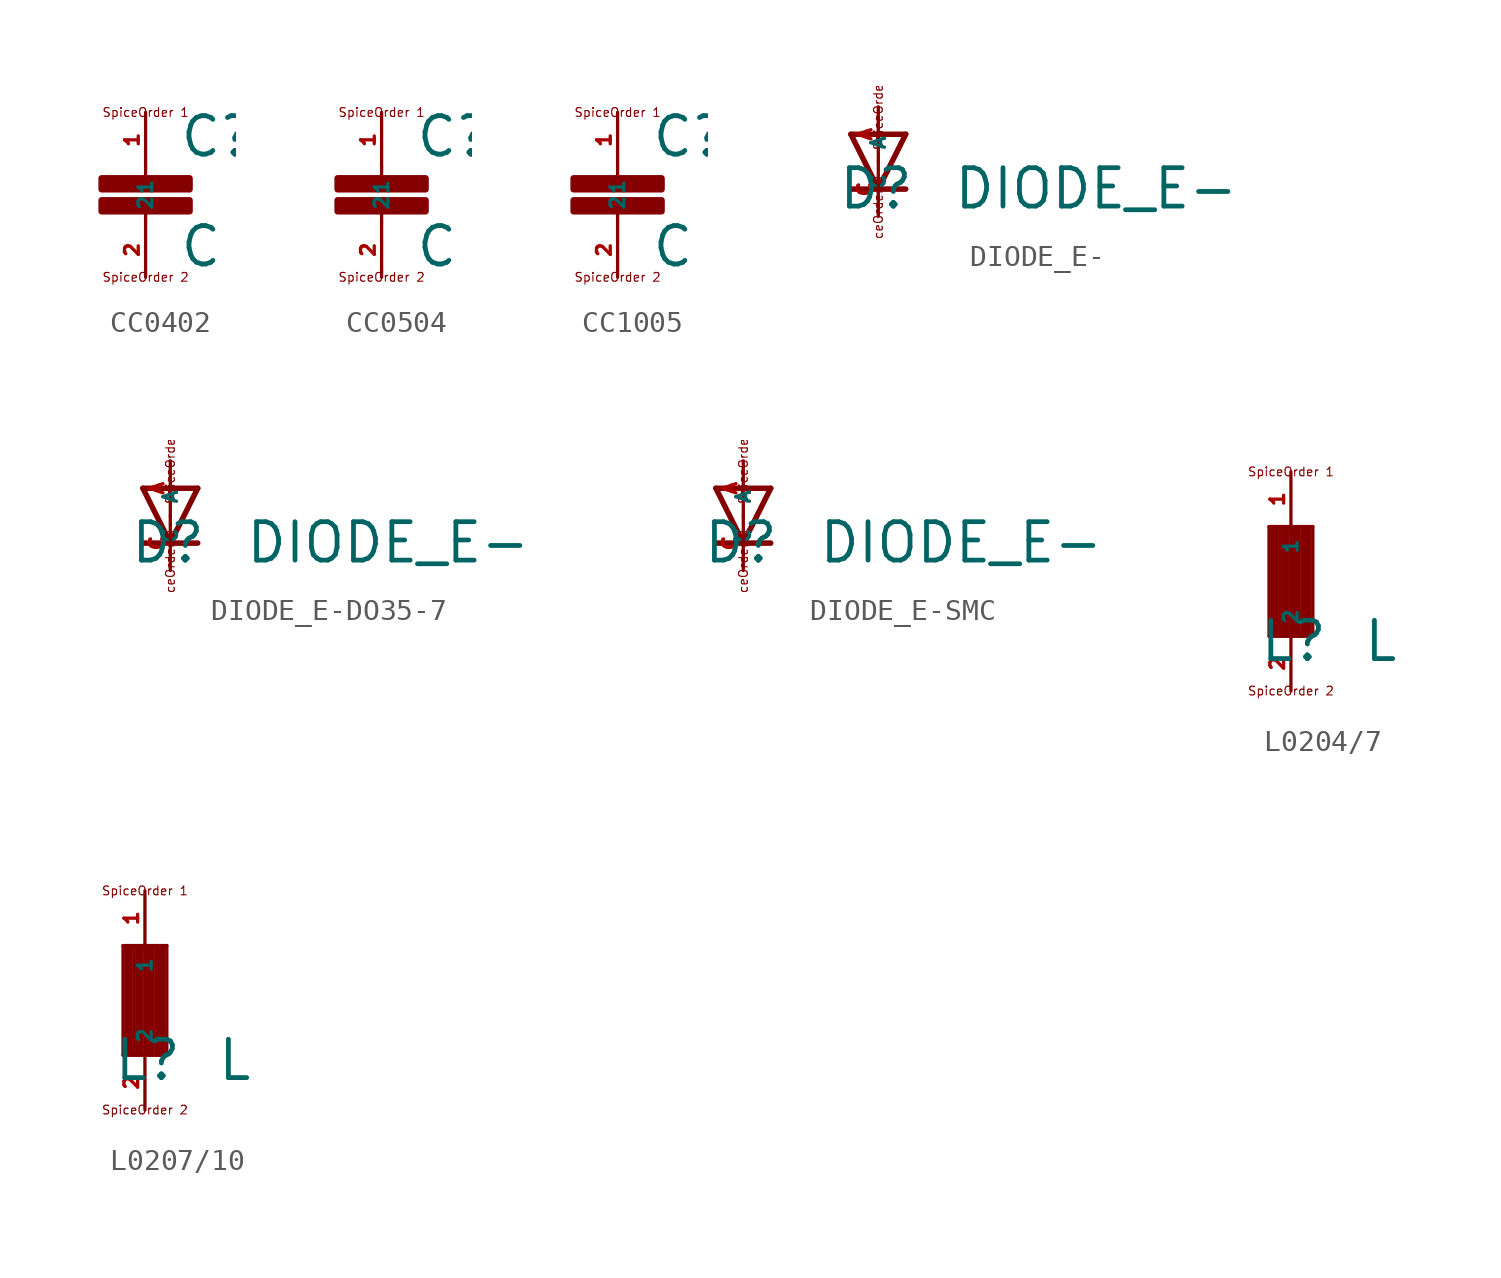
<source format=kicad_sym>
(kicad_symbol_lib
  (version 20220914)
  (generator Eagle2Kicad)
  (symbol "CC0402"
    (property "Reference" "C"
      (at 1.524 0.381 0)
      (effects (font (size 1.778 1.778) (thickness 0.22)) (justify left bottom)))
    (property "Value" "C"
      (at 1.524 -4.699 0)
      (effects (font (size 1.778 1.778) (thickness 0.22)) (justify left bottom)))
    (polyline
      (pts (xy 0 0) (xy 0 -0.508))
      (stroke (width 0.152) (type default))
      (fill (type none)))
    (polyline
      (pts (xy 0 -2.54) (xy 0 -2.032))
      (stroke (width 0.152) (type default))
      (fill (type none)))
    (text "SpiceOrder 1"
      (at 0 2.54 0)
      (effects (font (size 0.406 0.406) (thickness 0.05))))
    (text "SpiceOrder 2"
      (at 0 -5.08 0)
      (effects (font (size 0.406 0.406) (thickness 0.05))))
    (rectangle
      (start -2.032 -2.032)
      (end 2.032 -1.524)
      (stroke (width 0.3) (type default))
      (fill (type outline)))
    (rectangle
      (start -2.032 -1.016)
      (end 2.032 -0.508)
      (stroke (width 0.3) (type default))
      (fill (type outline)))
    (pin passive line
      (at 0 2.54 270)
      (length 2.54)
      (name "1" (effects (font (size 0.635 0.635) (thickness 0.08)) (justify left bottom)))
      (number "1" (effects (font (size 0.635 0.635) (thickness 0.08)) (justify left bottom))))
    (pin passive line
      (at 0 -5.08 90)
      (length 2.54)
      (name "2" (effects (font (size 0.635 0.635) (thickness 0.08)) (justify left bottom)))
      (number "2" (effects (font (size 0.635 0.635) (thickness 0.08)) (justify left bottom)))))
  (symbol "CC0504"
    (property "Reference" "C"
      (at 1.524 0.381 0)
      (effects (font (size 1.778 1.778) (thickness 0.22)) (justify left bottom)))
    (property "Value" "C"
      (at 1.524 -4.699 0)
      (effects (font (size 1.778 1.778) (thickness 0.22)) (justify left bottom)))
    (polyline
      (pts (xy 0 0) (xy 0 -0.508))
      (stroke (width 0.152) (type default))
      (fill (type none)))
    (polyline
      (pts (xy 0 -2.54) (xy 0 -2.032))
      (stroke (width 0.152) (type default))
      (fill (type none)))
    (text "SpiceOrder 1"
      (at 0 2.54 0)
      (effects (font (size 0.406 0.406) (thickness 0.05))))
    (text "SpiceOrder 2"
      (at 0 -5.08 0)
      (effects (font (size 0.406 0.406) (thickness 0.05))))
    (rectangle
      (start -2.032 -2.032)
      (end 2.032 -1.524)
      (stroke (width 0.3) (type default))
      (fill (type outline)))
    (rectangle
      (start -2.032 -1.016)
      (end 2.032 -0.508)
      (stroke (width 0.3) (type default))
      (fill (type outline)))
    (pin passive line
      (at 0 2.54 270)
      (length 2.54)
      (name "1" (effects (font (size 0.635 0.635) (thickness 0.08)) (justify left bottom)))
      (number "1" (effects (font (size 0.635 0.635) (thickness 0.08)) (justify left bottom))))
    (pin passive line
      (at 0 -5.08 90)
      (length 2.54)
      (name "2" (effects (font (size 0.635 0.635) (thickness 0.08)) (justify left bottom)))
      (number "2" (effects (font (size 0.635 0.635) (thickness 0.08)) (justify left bottom)))))
  (symbol "CC1005"
    (property "Reference" "C"
      (at 1.524 0.381 0)
      (effects (font (size 1.778 1.778) (thickness 0.22)) (justify left bottom)))
    (property "Value" "C"
      (at 1.524 -4.699 0)
      (effects (font (size 1.778 1.778) (thickness 0.22)) (justify left bottom)))
    (polyline
      (pts (xy 0 0) (xy 0 -0.508))
      (stroke (width 0.152) (type default))
      (fill (type none)))
    (polyline
      (pts (xy 0 -2.54) (xy 0 -2.032))
      (stroke (width 0.152) (type default))
      (fill (type none)))
    (text "SpiceOrder 1"
      (at 0 2.54 0)
      (effects (font (size 0.406 0.406) (thickness 0.05))))
    (text "SpiceOrder 2"
      (at 0 -5.08 0)
      (effects (font (size 0.406 0.406) (thickness 0.05))))
    (rectangle
      (start -2.032 -2.032)
      (end 2.032 -1.524)
      (stroke (width 0.3) (type default))
      (fill (type outline)))
    (rectangle
      (start -2.032 -1.016)
      (end 2.032 -0.508)
      (stroke (width 0.3) (type default))
      (fill (type outline)))
    (pin passive line
      (at 0 2.54 270)
      (length 2.54)
      (name "1" (effects (font (size 0.635 0.635) (thickness 0.08)) (justify left bottom)))
      (number "1" (effects (font (size 0.635 0.635) (thickness 0.08)) (justify left bottom))))
    (pin passive line
      (at 0 -5.08 90)
      (length 2.54)
      (name "2" (effects (font (size 0.635 0.635) (thickness 0.08)) (justify left bottom)))
      (number "2" (effects (font (size 0.635 0.635) (thickness 0.08)) (justify left bottom)))))
  (symbol "DIODE_E-"
    (property "Reference" "D"
      (at -1.905 -2.286 0)
      (effects (font (size 1.778 1.778) (thickness 0.22)) (justify left bottom)))
    (property "Value" "DIODE_E-"
      (at 3.429 -2.286 0)
      (effects (font (size 1.778 1.778) (thickness 0.22)) (justify left bottom)))
    (polyline
      (pts (xy -1.27 1.27) (xy 0 -1.27))
      (stroke (width 0.254) (type default))
      (fill (type none)))
    (polyline
      (pts (xy 0 -1.27) (xy 1.27 1.27))
      (stroke (width 0.254) (type default))
      (fill (type none)))
    (polyline
      (pts (xy 1.27 -1.27) (xy 0 -1.27))
      (stroke (width 0.254) (type default))
      (fill (type none)))
    (polyline
      (pts (xy 1.27 1.27) (xy -1.27 1.27))
      (stroke (width 0.254) (type default))
      (fill (type none)))
    (polyline
      (pts (xy 0 -1.27) (xy -1.27 -1.27))
      (stroke (width 0.254) (type default))
      (fill (type none)))
    (text "SpiceOrder 1"
      (at 0 -2.54 1800)
      (effects (font (size 0.406 0.406) (thickness 0.05))))
    (text "SpiceOrder 2"
      (at 0 2.54 1800)
      (effects (font (size 0.406 0.406) (thickness 0.05))))
    (pin passive line
      (at 0 -2.54 90)
      (length 2.54)
      (name "A" (effects (font (size 0.635 0.635) (thickness 0.08)) (justify left bottom)))
      (number "C" (effects (font (size 0.635 0.635) (thickness 0.08)) (justify left bottom))))
    (pin passive line
      (at 0 2.54 270)
      (length 2.54)
      (name "C" (effects (font (size 0.635 0.635) (thickness 0.08)) (justify left bottom)))
      (number "A" (effects (font (size 0.635 0.635) (thickness 0.08)) (justify left bottom)))))
  (symbol "DIODE_E-DO35-7"
    (property "Reference" "D"
      (at -1.905 -2.286 0)
      (effects (font (size 1.778 1.778) (thickness 0.22)) (justify left bottom)))
    (property "Value" "DIODE_E-"
      (at 3.429 -2.286 0)
      (effects (font (size 1.778 1.778) (thickness 0.22)) (justify left bottom)))
    (polyline
      (pts (xy -1.27 1.27) (xy 0 -1.27))
      (stroke (width 0.254) (type default))
      (fill (type none)))
    (polyline
      (pts (xy 0 -1.27) (xy 1.27 1.27))
      (stroke (width 0.254) (type default))
      (fill (type none)))
    (polyline
      (pts (xy 1.27 -1.27) (xy 0 -1.27))
      (stroke (width 0.254) (type default))
      (fill (type none)))
    (polyline
      (pts (xy 1.27 1.27) (xy -1.27 1.27))
      (stroke (width 0.254) (type default))
      (fill (type none)))
    (polyline
      (pts (xy 0 -1.27) (xy -1.27 -1.27))
      (stroke (width 0.254) (type default))
      (fill (type none)))
    (text "SpiceOrder 1"
      (at 0 -2.54 1800)
      (effects (font (size 0.406 0.406) (thickness 0.05))))
    (text "SpiceOrder 2"
      (at 0 2.54 1800)
      (effects (font (size 0.406 0.406) (thickness 0.05))))
    (pin passive line
      (at 0 -2.54 90)
      (length 2.54)
      (name "A" (effects (font (size 0.635 0.635) (thickness 0.08)) (justify left bottom)))
      (number "C" (effects (font (size 0.635 0.635) (thickness 0.08)) (justify left bottom))))
    (pin passive line
      (at 0 2.54 270)
      (length 2.54)
      (name "C" (effects (font (size 0.635 0.635) (thickness 0.08)) (justify left bottom)))
      (number "A" (effects (font (size 0.635 0.635) (thickness 0.08)) (justify left bottom)))))
  (symbol "DIODE_E-SMC"
    (property "Reference" "D"
      (at -1.905 -2.286 0)
      (effects (font (size 1.778 1.778) (thickness 0.22)) (justify left bottom)))
    (property "Value" "DIODE_E-"
      (at 3.429 -2.286 0)
      (effects (font (size 1.778 1.778) (thickness 0.22)) (justify left bottom)))
    (polyline
      (pts (xy -1.27 1.27) (xy 0 -1.27))
      (stroke (width 0.254) (type default))
      (fill (type none)))
    (polyline
      (pts (xy 0 -1.27) (xy 1.27 1.27))
      (stroke (width 0.254) (type default))
      (fill (type none)))
    (polyline
      (pts (xy 1.27 -1.27) (xy 0 -1.27))
      (stroke (width 0.254) (type default))
      (fill (type none)))
    (polyline
      (pts (xy 1.27 1.27) (xy -1.27 1.27))
      (stroke (width 0.254) (type default))
      (fill (type none)))
    (polyline
      (pts (xy 0 -1.27) (xy -1.27 -1.27))
      (stroke (width 0.254) (type default))
      (fill (type none)))
    (text "SpiceOrder 1"
      (at 0 -2.54 1800)
      (effects (font (size 0.406 0.406) (thickness 0.05))))
    (text "SpiceOrder 2"
      (at 0 2.54 1800)
      (effects (font (size 0.406 0.406) (thickness 0.05))))
    (pin passive line
      (at 0 -2.54 90)
      (length 2.54)
      (name "A" (effects (font (size 0.635 0.635) (thickness 0.08)) (justify left bottom)))
      (number "C" (effects (font (size 0.635 0.635) (thickness 0.08)) (justify left bottom))))
    (pin passive line
      (at 0 2.54 270)
      (length 2.54)
      (name "C" (effects (font (size 0.635 0.635) (thickness 0.08)) (justify left bottom)))
      (number "A" (effects (font (size 0.635 0.635) (thickness 0.08)) (justify left bottom)))))
  (symbol "L0204/7"
    (property "Reference" "L"
      (at -1.499 -3.81 0)
      (effects (font (size 1.778 1.778) (thickness 0.22)) (justify left bottom)))
    (property "Value" "L"
      (at 3.302 -3.81 0)
      (effects (font (size 1.778 1.778) (thickness 0.22)) (justify left bottom)))
    (polyline
      (pts (xy -1.016 2.54) (xy -0.889 2.54))
      (stroke (width 0.152) (type default))
      (fill (type none)))
    (polyline
      (pts (xy -0.889 2.54) (xy -0.762 2.54))
      (stroke (width 0.152) (type default))
      (fill (type none)))
    (polyline
      (pts (xy -0.762 2.54) (xy -0.635 2.54))
      (stroke (width 0.152) (type default))
      (fill (type none)))
    (polyline
      (pts (xy -0.635 2.54) (xy -0.508 2.54))
      (stroke (width 0.152) (type default))
      (fill (type none)))
    (polyline
      (pts (xy -0.508 2.54) (xy -0.381 2.54))
      (stroke (width 0.152) (type default))
      (fill (type none)))
    (polyline
      (pts (xy -0.381 2.54) (xy -0.254 2.54))
      (stroke (width 0.152) (type default))
      (fill (type none)))
    (polyline
      (pts (xy -0.254 2.54) (xy -0.127 2.54))
      (stroke (width 0.152) (type default))
      (fill (type none)))
    (polyline
      (pts (xy -0.127 2.54) (xy 0 2.54))
      (stroke (width 0.152) (type default))
      (fill (type none)))
    (polyline
      (pts (xy 0 2.54) (xy 0.127 2.54))
      (stroke (width 0.152) (type default))
      (fill (type none)))
    (polyline
      (pts (xy 0.127 2.54) (xy 0.254 2.54))
      (stroke (width 0.152) (type default))
      (fill (type none)))
    (polyline
      (pts (xy 0.254 2.54) (xy 0.381 2.54))
      (stroke (width 0.152) (type default))
      (fill (type none)))
    (polyline
      (pts (xy 0.381 2.54) (xy 0.508 2.54))
      (stroke (width 0.152) (type default))
      (fill (type none)))
    (polyline
      (pts (xy 0.508 2.54) (xy 0.635 2.54))
      (stroke (width 0.152) (type default))
      (fill (type none)))
    (polyline
      (pts (xy 0.635 2.54) (xy 0.762 2.54))
      (stroke (width 0.152) (type default))
      (fill (type none)))
    (polyline
      (pts (xy 0.762 2.54) (xy 0.889 2.54))
      (stroke (width 0.152) (type default))
      (fill (type none)))
    (polyline
      (pts (xy 0.889 2.54) (xy 1.016 2.54))
      (stroke (width 0.152) (type default))
      (fill (type none)))
    (polyline
      (pts (xy 1.016 2.54) (xy 1.016 -2.54))
      (stroke (width 0.152) (type default))
      (fill (type none)))
    (polyline
      (pts (xy 1.016 -2.54) (xy 0.889 -2.54))
      (stroke (width 0.152) (type default))
      (fill (type none)))
    (polyline
      (pts (xy 0.889 -2.54) (xy 0.762 -2.54))
      (stroke (width 0.152) (type default))
      (fill (type none)))
    (polyline
      (pts (xy 0.762 -2.54) (xy 0.635 -2.54))
      (stroke (width 0.152) (type default))
      (fill (type none)))
    (polyline
      (pts (xy 0.635 -2.54) (xy 0.508 -2.54))
      (stroke (width 0.152) (type default))
      (fill (type none)))
    (polyline
      (pts (xy 0.508 -2.54) (xy 0.381 -2.54))
      (stroke (width 0.152) (type default))
      (fill (type none)))
    (polyline
      (pts (xy 0.381 -2.54) (xy 0.254 -2.54))
      (stroke (width 0.152) (type default))
      (fill (type none)))
    (polyline
      (pts (xy 0.254 -2.54) (xy 0.127 -2.54))
      (stroke (width 0.152) (type default))
      (fill (type none)))
    (polyline
      (pts (xy 0.127 -2.54) (xy 0 -2.54))
      (stroke (width 0.152) (type default))
      (fill (type none)))
    (polyline
      (pts (xy 0 -2.54) (xy -0.127 -2.54))
      (stroke (width 0.152) (type default))
      (fill (type none)))
    (polyline
      (pts (xy -0.127 -2.54) (xy -0.254 -2.54))
      (stroke (width 0.152) (type default))
      (fill (type none)))
    (polyline
      (pts (xy -0.254 -2.54) (xy -0.381 -2.54))
      (stroke (width 0.152) (type default))
      (fill (type none)))
    (polyline
      (pts (xy -0.381 -2.54) (xy -0.508 -2.54))
      (stroke (width 0.152) (type default))
      (fill (type none)))
    (polyline
      (pts (xy -0.508 -2.54) (xy -0.635 -2.54))
      (stroke (width 0.152) (type default))
      (fill (type none)))
    (polyline
      (pts (xy -0.635 -2.54) (xy -0.762 -2.54))
      (stroke (width 0.152) (type default))
      (fill (type none)))
    (polyline
      (pts (xy -0.762 -2.54) (xy -0.889 -2.54))
      (stroke (width 0.152) (type default))
      (fill (type none)))
    (polyline
      (pts (xy -0.889 -2.54) (xy -1.016 -2.54))
      (stroke (width 0.152) (type default))
      (fill (type none)))
    (polyline
      (pts (xy 0.889 2.54) (xy 0.889 -2.54))
      (stroke (width 0.152) (type default))
      (fill (type none)))
    (polyline
      (pts (xy 0.762 2.54) (xy 0.762 -2.54))
      (stroke (width 0.152) (type default))
      (fill (type none)))
    (polyline
      (pts (xy 0.635 2.54) (xy 0.635 -2.54))
      (stroke (width 0.152) (type default))
      (fill (type none)))
    (polyline
      (pts (xy 0.508 2.54) (xy 0.508 -2.54))
      (stroke (width 0.152) (type default))
      (fill (type none)))
    (polyline
      (pts (xy 0.381 2.54) (xy 0.381 -2.54))
      (stroke (width 0.152) (type default))
      (fill (type none)))
    (polyline
      (pts (xy 0.254 2.54) (xy 0.254 -2.54))
      (stroke (width 0.152) (type default))
      (fill (type none)))
    (polyline
      (pts (xy 0.127 2.54) (xy 0.127 -2.54))
      (stroke (width 0.152) (type default))
      (fill (type none)))
    (polyline
      (pts (xy 0 2.54) (xy 0 -2.54))
      (stroke (width 0.152) (type default))
      (fill (type none)))
    (polyline
      (pts (xy -0.127 2.54) (xy -0.127 -2.54))
      (stroke (width 0.152) (type default))
      (fill (type none)))
    (polyline
      (pts (xy -0.254 2.54) (xy -0.254 -2.54))
      (stroke (width 0.152) (type default))
      (fill (type none)))
    (polyline
      (pts (xy -0.381 2.54) (xy -0.381 -2.54))
      (stroke (width 0.152) (type default))
      (fill (type none)))
    (polyline
      (pts (xy -0.508 2.54) (xy -0.508 -2.54))
      (stroke (width 0.152) (type default))
      (fill (type none)))
    (polyline
      (pts (xy -0.635 2.54) (xy -0.635 -2.54))
      (stroke (width 0.152) (type default))
      (fill (type none)))
    (polyline
      (pts (xy -0.762 2.54) (xy -0.762 -2.54))
      (stroke (width 0.152) (type default))
      (fill (type none)))
    (polyline
      (pts (xy -0.889 2.54) (xy -0.889 -2.54))
      (stroke (width 0.152) (type default))
      (fill (type none)))
    (polyline
      (pts (xy -1.016 2.54) (xy -1.016 -2.54))
      (stroke (width 0.152) (type default))
      (fill (type none)))
    (text "SpiceOrder 1"
      (at 0 5.08 0)
      (effects (font (size 0.406 0.406) (thickness 0.05))))
    (text "SpiceOrder 2"
      (at 0 -5.08 0)
      (effects (font (size 0.406 0.406) (thickness 0.05))))
    (pin passive line
      (at 0 5.08 270)
      (length 2.54)
      (name "1" (effects (font (size 0.635 0.635) (thickness 0.08)) (justify left bottom)))
      (number "1" (effects (font (size 0.635 0.635) (thickness 0.08)) (justify left bottom))))
    (pin passive line
      (at 0 -5.08 90)
      (length 2.54)
      (name "2" (effects (font (size 0.635 0.635) (thickness 0.08)) (justify left bottom)))
      (number "2" (effects (font (size 0.635 0.635) (thickness 0.08)) (justify left bottom)))))
  (symbol "L0207/10"
    (property "Reference" "L"
      (at -1.499 -3.81 0)
      (effects (font (size 1.778 1.778) (thickness 0.22)) (justify left bottom)))
    (property "Value" "L"
      (at 3.302 -3.81 0)
      (effects (font (size 1.778 1.778) (thickness 0.22)) (justify left bottom)))
    (polyline
      (pts (xy -1.016 2.54) (xy -0.889 2.54))
      (stroke (width 0.152) (type default))
      (fill (type none)))
    (polyline
      (pts (xy -0.889 2.54) (xy -0.762 2.54))
      (stroke (width 0.152) (type default))
      (fill (type none)))
    (polyline
      (pts (xy -0.762 2.54) (xy -0.635 2.54))
      (stroke (width 0.152) (type default))
      (fill (type none)))
    (polyline
      (pts (xy -0.635 2.54) (xy -0.508 2.54))
      (stroke (width 0.152) (type default))
      (fill (type none)))
    (polyline
      (pts (xy -0.508 2.54) (xy -0.381 2.54))
      (stroke (width 0.152) (type default))
      (fill (type none)))
    (polyline
      (pts (xy -0.381 2.54) (xy -0.254 2.54))
      (stroke (width 0.152) (type default))
      (fill (type none)))
    (polyline
      (pts (xy -0.254 2.54) (xy -0.127 2.54))
      (stroke (width 0.152) (type default))
      (fill (type none)))
    (polyline
      (pts (xy -0.127 2.54) (xy 0 2.54))
      (stroke (width 0.152) (type default))
      (fill (type none)))
    (polyline
      (pts (xy 0 2.54) (xy 0.127 2.54))
      (stroke (width 0.152) (type default))
      (fill (type none)))
    (polyline
      (pts (xy 0.127 2.54) (xy 0.254 2.54))
      (stroke (width 0.152) (type default))
      (fill (type none)))
    (polyline
      (pts (xy 0.254 2.54) (xy 0.381 2.54))
      (stroke (width 0.152) (type default))
      (fill (type none)))
    (polyline
      (pts (xy 0.381 2.54) (xy 0.508 2.54))
      (stroke (width 0.152) (type default))
      (fill (type none)))
    (polyline
      (pts (xy 0.508 2.54) (xy 0.635 2.54))
      (stroke (width 0.152) (type default))
      (fill (type none)))
    (polyline
      (pts (xy 0.635 2.54) (xy 0.762 2.54))
      (stroke (width 0.152) (type default))
      (fill (type none)))
    (polyline
      (pts (xy 0.762 2.54) (xy 0.889 2.54))
      (stroke (width 0.152) (type default))
      (fill (type none)))
    (polyline
      (pts (xy 0.889 2.54) (xy 1.016 2.54))
      (stroke (width 0.152) (type default))
      (fill (type none)))
    (polyline
      (pts (xy 1.016 2.54) (xy 1.016 -2.54))
      (stroke (width 0.152) (type default))
      (fill (type none)))
    (polyline
      (pts (xy 1.016 -2.54) (xy 0.889 -2.54))
      (stroke (width 0.152) (type default))
      (fill (type none)))
    (polyline
      (pts (xy 0.889 -2.54) (xy 0.762 -2.54))
      (stroke (width 0.152) (type default))
      (fill (type none)))
    (polyline
      (pts (xy 0.762 -2.54) (xy 0.635 -2.54))
      (stroke (width 0.152) (type default))
      (fill (type none)))
    (polyline
      (pts (xy 0.635 -2.54) (xy 0.508 -2.54))
      (stroke (width 0.152) (type default))
      (fill (type none)))
    (polyline
      (pts (xy 0.508 -2.54) (xy 0.381 -2.54))
      (stroke (width 0.152) (type default))
      (fill (type none)))
    (polyline
      (pts (xy 0.381 -2.54) (xy 0.254 -2.54))
      (stroke (width 0.152) (type default))
      (fill (type none)))
    (polyline
      (pts (xy 0.254 -2.54) (xy 0.127 -2.54))
      (stroke (width 0.152) (type default))
      (fill (type none)))
    (polyline
      (pts (xy 0.127 -2.54) (xy 0 -2.54))
      (stroke (width 0.152) (type default))
      (fill (type none)))
    (polyline
      (pts (xy 0 -2.54) (xy -0.127 -2.54))
      (stroke (width 0.152) (type default))
      (fill (type none)))
    (polyline
      (pts (xy -0.127 -2.54) (xy -0.254 -2.54))
      (stroke (width 0.152) (type default))
      (fill (type none)))
    (polyline
      (pts (xy -0.254 -2.54) (xy -0.381 -2.54))
      (stroke (width 0.152) (type default))
      (fill (type none)))
    (polyline
      (pts (xy -0.381 -2.54) (xy -0.508 -2.54))
      (stroke (width 0.152) (type default))
      (fill (type none)))
    (polyline
      (pts (xy -0.508 -2.54) (xy -0.635 -2.54))
      (stroke (width 0.152) (type default))
      (fill (type none)))
    (polyline
      (pts (xy -0.635 -2.54) (xy -0.762 -2.54))
      (stroke (width 0.152) (type default))
      (fill (type none)))
    (polyline
      (pts (xy -0.762 -2.54) (xy -0.889 -2.54))
      (stroke (width 0.152) (type default))
      (fill (type none)))
    (polyline
      (pts (xy -0.889 -2.54) (xy -1.016 -2.54))
      (stroke (width 0.152) (type default))
      (fill (type none)))
    (polyline
      (pts (xy 0.889 2.54) (xy 0.889 -2.54))
      (stroke (width 0.152) (type default))
      (fill (type none)))
    (polyline
      (pts (xy 0.762 2.54) (xy 0.762 -2.54))
      (stroke (width 0.152) (type default))
      (fill (type none)))
    (polyline
      (pts (xy 0.635 2.54) (xy 0.635 -2.54))
      (stroke (width 0.152) (type default))
      (fill (type none)))
    (polyline
      (pts (xy 0.508 2.54) (xy 0.508 -2.54))
      (stroke (width 0.152) (type default))
      (fill (type none)))
    (polyline
      (pts (xy 0.381 2.54) (xy 0.381 -2.54))
      (stroke (width 0.152) (type default))
      (fill (type none)))
    (polyline
      (pts (xy 0.254 2.54) (xy 0.254 -2.54))
      (stroke (width 0.152) (type default))
      (fill (type none)))
    (polyline
      (pts (xy 0.127 2.54) (xy 0.127 -2.54))
      (stroke (width 0.152) (type default))
      (fill (type none)))
    (polyline
      (pts (xy 0 2.54) (xy 0 -2.54))
      (stroke (width 0.152) (type default))
      (fill (type none)))
    (polyline
      (pts (xy -0.127 2.54) (xy -0.127 -2.54))
      (stroke (width 0.152) (type default))
      (fill (type none)))
    (polyline
      (pts (xy -0.254 2.54) (xy -0.254 -2.54))
      (stroke (width 0.152) (type default))
      (fill (type none)))
    (polyline
      (pts (xy -0.381 2.54) (xy -0.381 -2.54))
      (stroke (width 0.152) (type default))
      (fill (type none)))
    (polyline
      (pts (xy -0.508 2.54) (xy -0.508 -2.54))
      (stroke (width 0.152) (type default))
      (fill (type none)))
    (polyline
      (pts (xy -0.635 2.54) (xy -0.635 -2.54))
      (stroke (width 0.152) (type default))
      (fill (type none)))
    (polyline
      (pts (xy -0.762 2.54) (xy -0.762 -2.54))
      (stroke (width 0.152) (type default))
      (fill (type none)))
    (polyline
      (pts (xy -0.889 2.54) (xy -0.889 -2.54))
      (stroke (width 0.152) (type default))
      (fill (type none)))
    (polyline
      (pts (xy -1.016 2.54) (xy -1.016 -2.54))
      (stroke (width 0.152) (type default))
      (fill (type none)))
    (text "SpiceOrder 1"
      (at 0 5.08 0)
      (effects (font (size 0.406 0.406) (thickness 0.05))))
    (text "SpiceOrder 2"
      (at 0 -5.08 0)
      (effects (font (size 0.406 0.406) (thickness 0.05))))
    (pin passive line
      (at 0 5.08 270)
      (length 2.54)
      (name "1" (effects (font (size 0.635 0.635) (thickness 0.08)) (justify left bottom)))
      (number "1" (effects (font (size 0.635 0.635) (thickness 0.08)) (justify left bottom))))
    (pin passive line
      (at 0 -5.08 90)
      (length 2.54)
      (name "2" (effects (font (size 0.635 0.635) (thickness 0.08)) (justify left bottom)))
      (number "2" (effects (font (size 0.635 0.635) (thickness 0.08)) (justify left bottom))))))
</source>
